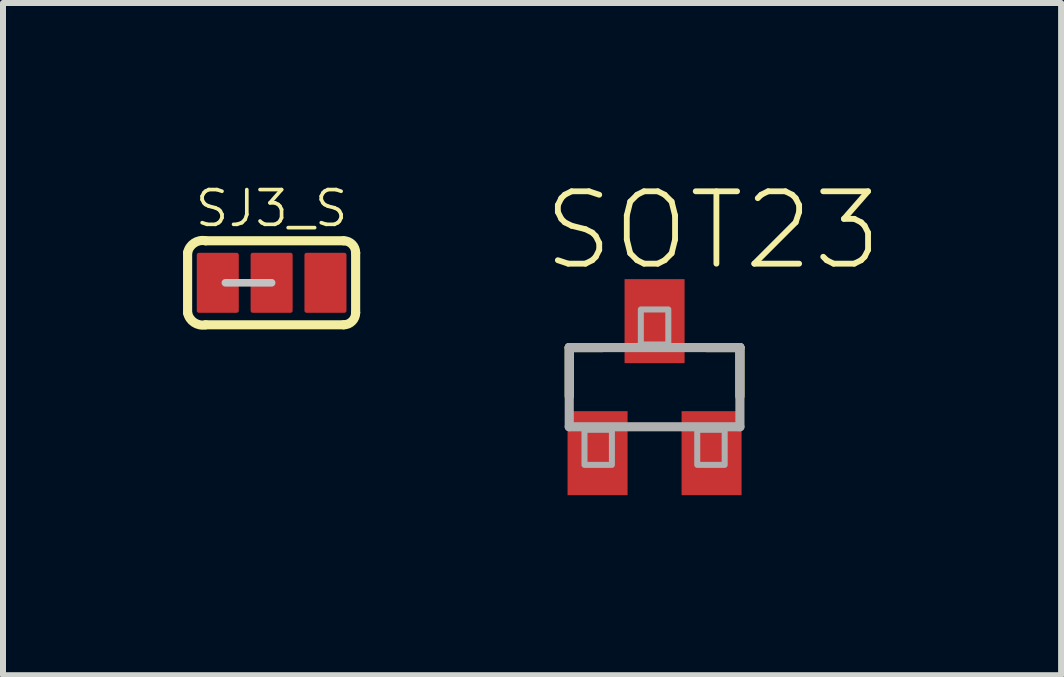
<source format=kicad_pcb>
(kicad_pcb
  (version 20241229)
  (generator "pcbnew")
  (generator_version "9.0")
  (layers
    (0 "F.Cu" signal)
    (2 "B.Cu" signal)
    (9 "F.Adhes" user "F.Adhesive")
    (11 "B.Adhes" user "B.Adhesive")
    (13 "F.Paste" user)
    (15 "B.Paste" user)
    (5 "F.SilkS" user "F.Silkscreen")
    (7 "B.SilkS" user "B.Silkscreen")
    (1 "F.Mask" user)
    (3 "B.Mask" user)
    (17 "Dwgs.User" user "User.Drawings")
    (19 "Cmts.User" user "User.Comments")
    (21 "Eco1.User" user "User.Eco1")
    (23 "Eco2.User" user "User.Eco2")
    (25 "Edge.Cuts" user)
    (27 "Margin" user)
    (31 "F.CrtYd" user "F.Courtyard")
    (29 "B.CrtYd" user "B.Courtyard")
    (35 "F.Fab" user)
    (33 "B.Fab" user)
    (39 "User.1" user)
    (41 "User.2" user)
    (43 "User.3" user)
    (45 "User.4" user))
  (footprint "SOT23"
    (layer "F.Cu")
    (at 7.857 3.401)
    (property "Reference" "SOT23" (at -1.905 -1.905 0) (layer "F.SilkS") (effects (font (size 1.206 1.206) (thickness 0.097)) (justify left bottom)))
    (attr smd)
    (fp_line (start -1.422 -0.66) (end -0.864 -0.66) (stroke (width 0.152) (type solid)) (layer "F.SilkS"))
    (fp_line (start -1.422 0.152) (end -1.422 -0.66) (stroke (width 0.152) (type solid)) (layer "F.SilkS"))
    (fp_line (start 0.864 -0.66) (end 1.422 -0.66) (stroke (width 0.152) (type solid)) (layer "F.SilkS"))
    (fp_line (start 1.422 -0.66) (end 1.422 0.152) (stroke (width 0.152) (type solid)) (layer "F.SilkS"))
    (fp_line (start -1.422 -0.66) (end 1.422 -0.66) (stroke (width 0.152) (type solid)) (layer "F.Fab"))
    (fp_line (start -1.422 0.66) (end -1.422 -0.66) (stroke (width 0.152) (type solid)) (layer "F.Fab"))
    (fp_line (start 1.422 -0.66) (end 1.422 0.66) (stroke (width 0.152) (type solid)) (layer "F.Fab"))
    (fp_line (start 1.422 0.66) (end -1.422 0.66) (stroke (width 0.152) (type solid)) (layer "F.Fab"))
    (fp_poly (pts (xy -1.168 1.295) (xy -0.711 1.295) (xy -0.711 0.711) (xy -1.168 0.711)) (stroke (width 0.1) (type solid)) (fill no) (layer "F.Fab"))
    (fp_poly (pts (xy -0.229 -0.711) (xy 0.229 -0.711) (xy 0.229 -1.295) (xy -0.229 -1.295)) (stroke (width 0.1) (type solid)) (fill no) (layer "F.Fab"))
    (fp_poly (pts (xy 0.711 1.295) (xy 1.168 1.295) (xy 1.168 0.711) (xy 0.711 0.711)) (stroke (width 0.1) (type solid)) (fill no) (layer "F.Fab"))
    (pad "1" smd rect (at -0.95 1.1) (size 1 1.4) (layers "F.Cu" "F.Mask" "F.Paste"))
    (pad "2" smd rect (at 0.95 1.1) (size 1 1.4) (layers "F.Cu" "F.Mask" "F.Paste"))
    (pad "3" smd rect (at 0 -1.1) (size 1 1.4) (layers "F.Cu" "F.Mask" "F.Paste")))
  (footprint "SJ3_S"
    (layer "F.Cu")
    (at 1.476 1.662)
    (property "Reference" "SJ3_S" (at 0 -0.9 0) (layer "F.SilkS") (effects (font (size 0.579 0.579) (thickness 0.061)) (justify bottom)))
    (attr through_hole)
    (fp_line (start -1.4 0.5) (end -1.4 -0.5) (stroke (width 0.152) (type solid)) (layer "F.SilkS"))
    (fp_line (start -1.1 -0.7) (end 1.2 -0.7) (stroke (width 0.152) (type solid)) (layer "F.SilkS"))
    (fp_line (start 1.2 0.7) (end -1.1 0.7) (stroke (width 0.152) (type solid)) (layer "F.SilkS"))
    (fp_line (start 1.4 0.5) (end 1.4 -0.5) (stroke (width 0.152) (type solid)) (layer "F.SilkS"))
    (fp_arc (start -1.4 -0.5) (mid -1.291421 -0.662132) (end -1.1 -0.7) (stroke (width 0.1524) (type solid)) (layer "F.SilkS"))
    (fp_arc (start -1.1 0.7) (mid -1.291421 0.662132) (end -1.4 0.5) (stroke (width 0.1524) (type solid)) (layer "F.SilkS"))
    (fp_arc (start 1.2 -0.7) (mid 1.341421 -0.641421) (end 1.4 -0.5) (stroke (width 0.1524) (type solid)) (layer "F.SilkS"))
    (fp_arc (start 1.4 0.5) (mid 1.341421 0.641421) (end 1.2 0.7) (stroke (width 0.1524) (type solid)) (layer "F.SilkS"))
    (fp_line (start -0.77 0) (end 0 0) (stroke (width 0.127) (type solid)) (layer "Dwgs.User"))
    (pad "1" smd roundrect (at -0.897 0) (size 0.7 1) (layers "F.Cu" "F.Mask" "F.Paste") (roundrect_rratio 0.05))
    (pad "2" smd roundrect (at 0.897 0) (size 0.7 1) (layers "F.Cu" "F.Mask" "F.Paste") (roundrect_rratio 0.05))
    (pad "COM" smd roundrect (at 0 0 180) (size 0.7 1) (layers "F.Cu" "F.Mask" "F.Paste") (roundrect_rratio 0.05)))
  (gr_rect
    (start -3 -3)
    (end 14.631 8.201)
    (stroke (width 0.1) (type default))
    (fill no)
    (layer "Edge.Cuts")))
</source>
